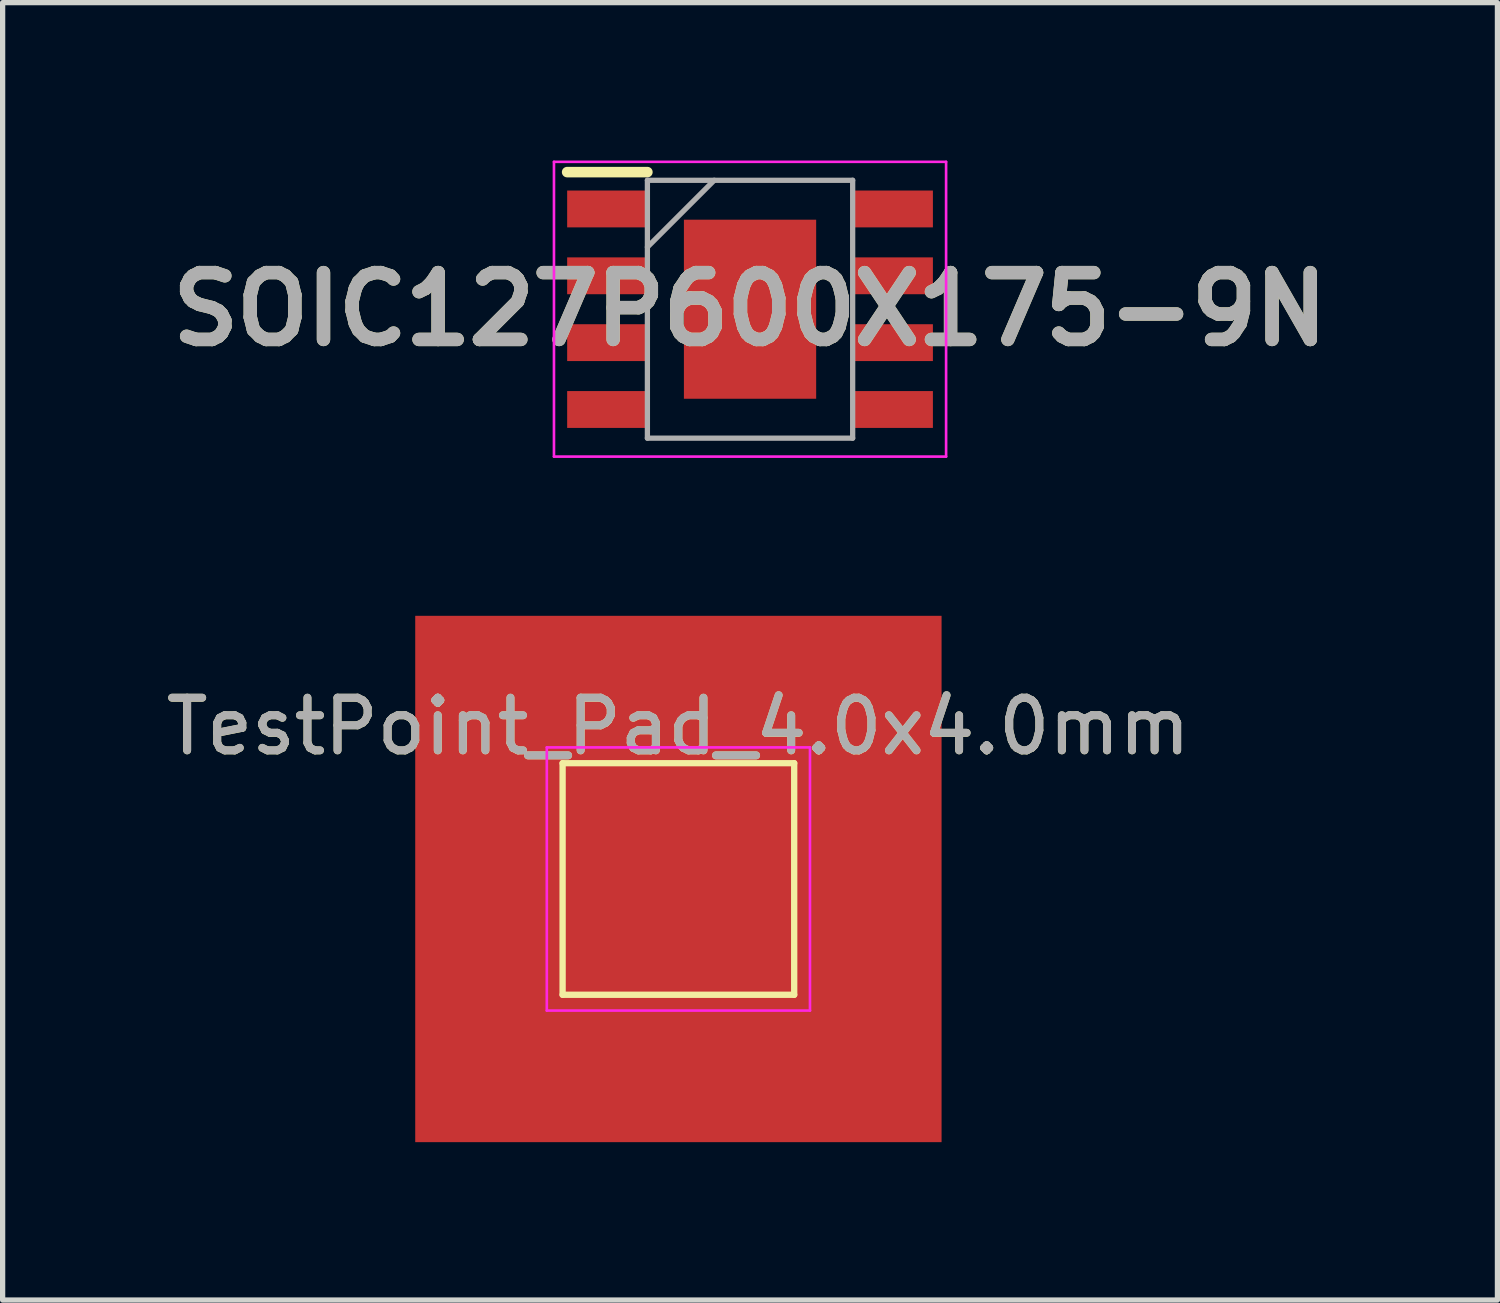
<source format=kicad_pcb>
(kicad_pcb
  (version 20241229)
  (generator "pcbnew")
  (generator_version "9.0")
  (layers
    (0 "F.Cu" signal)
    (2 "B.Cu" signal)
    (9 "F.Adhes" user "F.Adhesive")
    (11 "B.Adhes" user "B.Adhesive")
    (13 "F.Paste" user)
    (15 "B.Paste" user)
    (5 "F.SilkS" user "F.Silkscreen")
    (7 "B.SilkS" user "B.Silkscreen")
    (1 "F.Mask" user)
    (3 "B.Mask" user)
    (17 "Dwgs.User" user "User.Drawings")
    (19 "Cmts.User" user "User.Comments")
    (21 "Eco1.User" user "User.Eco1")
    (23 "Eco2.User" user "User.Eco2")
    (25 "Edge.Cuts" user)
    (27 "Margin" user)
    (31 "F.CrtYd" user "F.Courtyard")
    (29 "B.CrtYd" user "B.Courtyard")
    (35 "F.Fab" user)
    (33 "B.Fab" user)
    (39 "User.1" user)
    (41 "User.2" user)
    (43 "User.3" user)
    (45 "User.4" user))
  (footprint "SOIC127P600X175-9N"
    (layer "F.Cu")
    (at 11.2 2.825)
    (property "Reference" "SOIC127P600X175-9N" (at 0 0 0) (layer "F.SilkS") (effects (font (size 1.27 1.27) (thickness 0.254))))
    (attr smd)
    (fp_line (start -3.475 -2.605) (end -1.95 -2.605) (stroke (width 0.2) (type solid)) (layer "F.SilkS"))
    (fp_line (start -3.725 -2.8) (end 3.725 -2.8) (stroke (width 0.05) (type solid)) (layer "F.CrtYd"))
    (fp_line (start -3.725 2.8) (end -3.725 -2.8) (stroke (width 0.05) (type solid)) (layer "F.CrtYd"))
    (fp_line (start 3.725 -2.8) (end 3.725 2.8) (stroke (width 0.05) (type solid)) (layer "F.CrtYd"))
    (fp_line (start 3.725 2.8) (end -3.725 2.8) (stroke (width 0.05) (type solid)) (layer "F.CrtYd"))
    (fp_line (start -1.95 -2.45) (end 1.95 -2.45) (stroke (width 0.1) (type solid)) (layer "F.Fab"))
    (fp_line (start -1.95 -1.18) (end -0.68 -2.45) (stroke (width 0.1) (type solid)) (layer "F.Fab"))
    (fp_line (start -1.95 2.45) (end -1.95 -2.45) (stroke (width 0.1) (type solid)) (layer "F.Fab"))
    (fp_line (start 1.95 -2.45) (end 1.95 2.45) (stroke (width 0.1) (type solid)) (layer "F.Fab"))
    (fp_line (start 1.95 2.45) (end -1.95 2.45) (stroke (width 0.1) (type solid)) (layer "F.Fab"))
    (fp_text user "${REFERENCE}" (at 0 0 0) (layer "F.Fab") (effects (font (size 1.27 1.27) (thickness 0.254))))
    (pad "1" smd rect (at -2.712 -1.905 90) (size 0.7 1.525) (layers "F.Cu" "F.Mask" "F.Paste"))
    (pad "2" smd rect (at -2.712 -0.635 90) (size 0.7 1.525) (layers "F.Cu" "F.Mask" "F.Paste"))
    (pad "3" smd rect (at -2.712 0.635 90) (size 0.7 1.525) (layers "F.Cu" "F.Mask" "F.Paste"))
    (pad "4" smd rect (at -2.712 1.905 90) (size 0.7 1.525) (layers "F.Cu" "F.Mask" "F.Paste"))
    (pad "5" smd rect (at 2.712 1.905 90) (size 0.7 1.525) (layers "F.Cu" "F.Mask" "F.Paste"))
    (pad "6" smd rect (at 2.712 0.635 90) (size 0.7 1.525) (layers "F.Cu" "F.Mask" "F.Paste"))
    (pad "7" smd rect (at 2.712 -0.635 90) (size 0.7 1.525) (layers "F.Cu" "F.Mask" "F.Paste"))
    (pad "8" smd rect (at 2.712 -1.905 90) (size 0.7 1.525) (layers "F.Cu" "F.Mask" "F.Paste"))
    (pad "9" smd rect (at 0 0) (size 2.513 3.402) (layers "F.Cu" "F.Mask" "F.Paste")))
  (footprint "TestPoint_Pad_4.0x4.0mm"
    (layer "F.Cu")
    (at 9.839 13.65)
    (property "Reference" "TestPoint_Pad_4.0x4.0mm" (at 0 -2.898 0) (layer "F.SilkS") (effects (font (size 1 1) (thickness 0.15))))
    (attr exclude_from_pos_files exclude_from_bom)
    (fp_line (start -2.2 -2.2) (end 2.2 -2.2) (stroke (width 0.12) (type solid)) (layer "F.SilkS"))
    (fp_line (start -2.2 2.2) (end -2.2 -2.2) (stroke (width 0.12) (type solid)) (layer "F.SilkS"))
    (fp_line (start 2.2 -2.2) (end 2.2 2.2) (stroke (width 0.12) (type solid)) (layer "F.SilkS"))
    (fp_line (start 2.2 2.2) (end -2.2 2.2) (stroke (width 0.12) (type solid)) (layer "F.SilkS"))
    (fp_line (start -2.5 -2.5) (end -2.5 2.5) (stroke (width 0.05) (type solid)) (layer "F.CrtYd"))
    (fp_line (start -2.5 -2.5) (end 2.5 -2.5) (stroke (width 0.05) (type solid)) (layer "F.CrtYd"))
    (fp_line (start 2.5 2.5) (end -2.5 2.5) (stroke (width 0.05) (type solid)) (layer "F.CrtYd"))
    (fp_line (start 2.5 2.5) (end 2.5 -2.5) (stroke (width 0.05) (type solid)) (layer "F.CrtYd"))
    (fp_text user "${REFERENCE}" (at 0 -2.9 0) (layer "F.Fab") (effects (font (size 1 1) (thickness 0.15))))
    (pad "1" smd rect (at 0 0) (size 10 10) (layers "F.Cu" "F.Mask")))
  (gr_rect
    (start -3 -3)
    (end 25.4 21.65)
    (stroke (width 0.1) (type default))
    (fill no)
    (layer "Edge.Cuts")))
</source>
